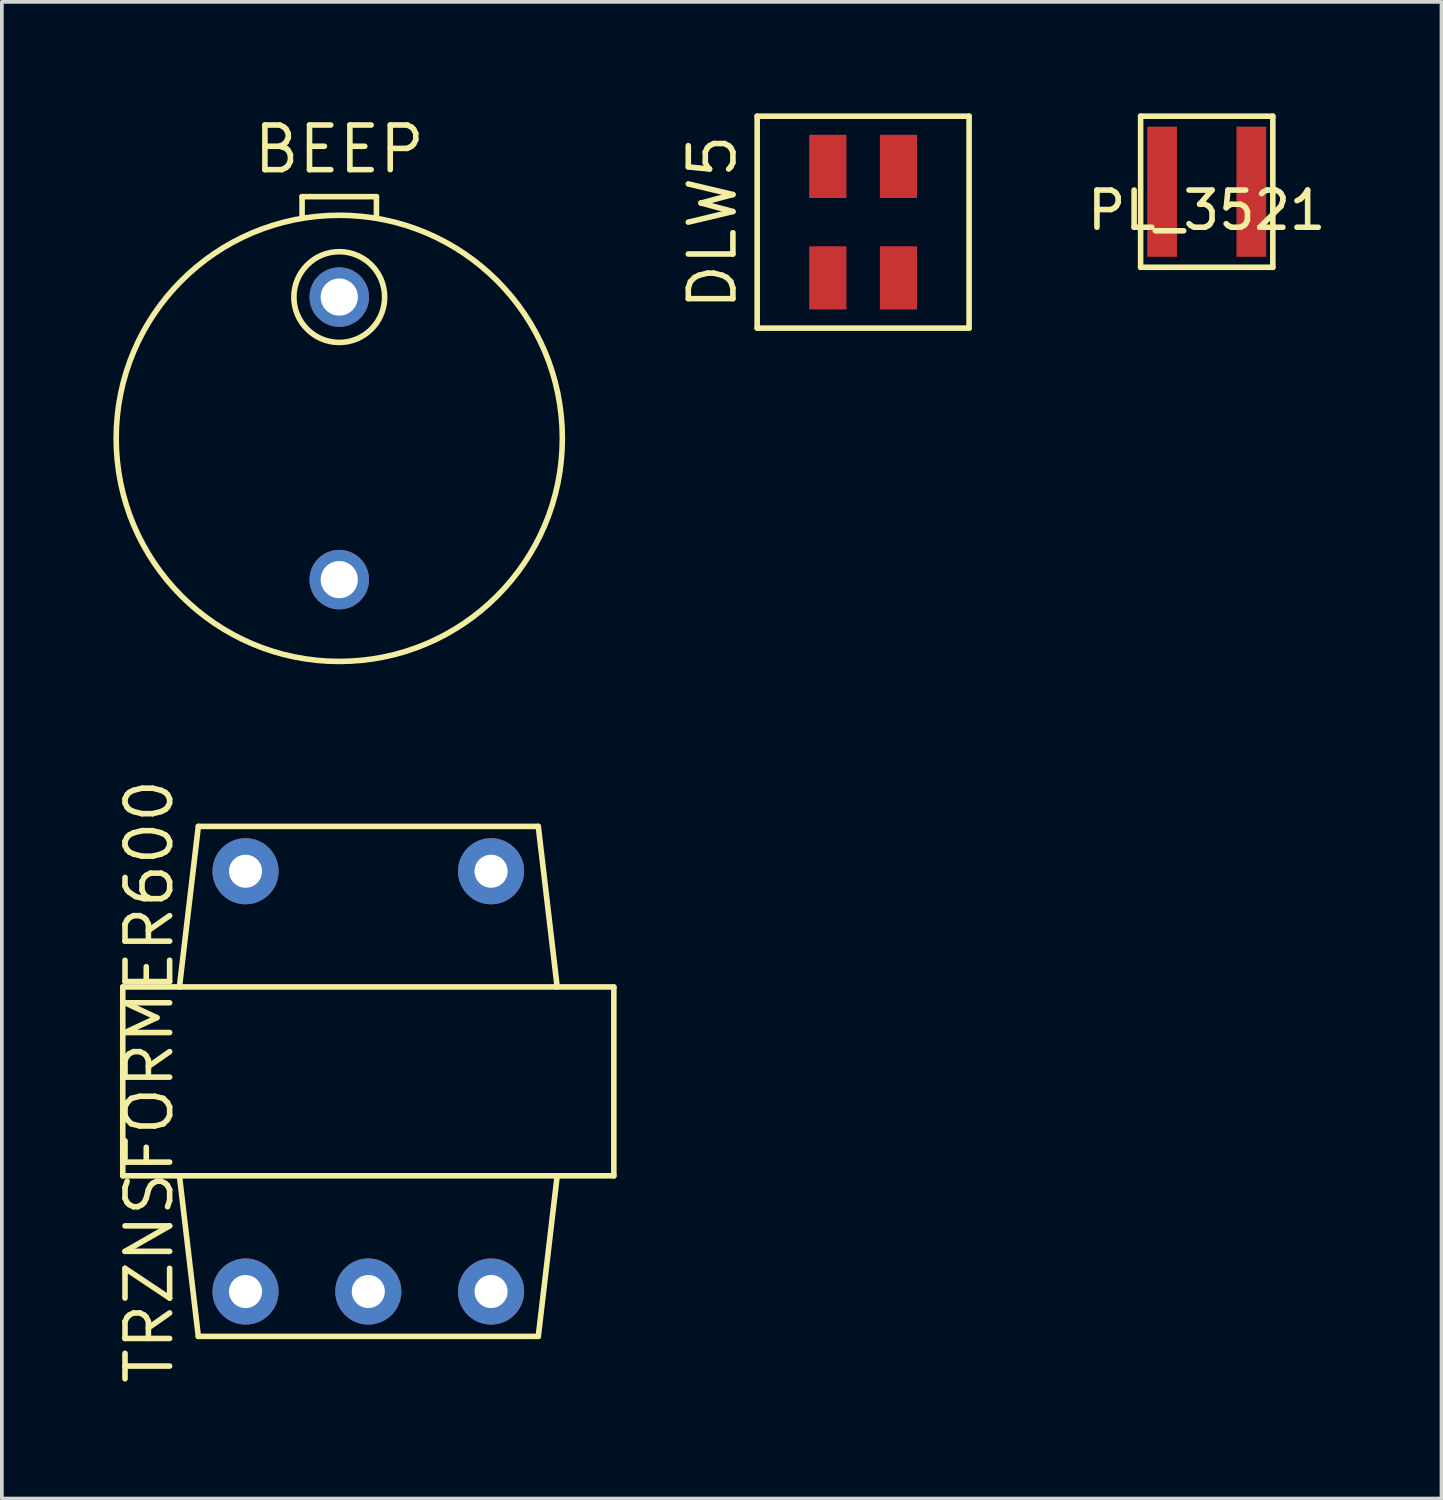
<source format=kicad_pcb>
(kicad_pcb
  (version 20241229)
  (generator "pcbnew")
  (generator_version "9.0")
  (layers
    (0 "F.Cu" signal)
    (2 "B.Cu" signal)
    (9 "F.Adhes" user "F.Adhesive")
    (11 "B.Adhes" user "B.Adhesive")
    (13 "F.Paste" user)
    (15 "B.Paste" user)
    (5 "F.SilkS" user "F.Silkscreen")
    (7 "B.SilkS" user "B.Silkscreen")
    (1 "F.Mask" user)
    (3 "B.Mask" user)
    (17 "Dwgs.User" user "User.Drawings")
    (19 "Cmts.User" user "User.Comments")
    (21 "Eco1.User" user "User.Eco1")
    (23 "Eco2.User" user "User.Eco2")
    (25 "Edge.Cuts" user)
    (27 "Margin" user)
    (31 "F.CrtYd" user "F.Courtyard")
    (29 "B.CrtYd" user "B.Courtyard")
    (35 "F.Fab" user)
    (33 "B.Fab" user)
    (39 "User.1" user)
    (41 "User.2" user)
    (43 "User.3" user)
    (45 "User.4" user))
  (footprint "PL_3521"
    (layer "F.Cu")
    (at 29.406 2.107)
    (property "Reference" "PL_3521" (at 0 0.5 0) (layer "F.SilkS") (effects (font (size 1 1) (thickness 0.15))))
    (attr through_hole)
    (fp_line (start -1.778 -2.032) (end 1.778 -2.032) (stroke (width 0.15) (type solid)) (layer "F.SilkS"))
    (fp_line (start -1.778 2.032) (end -1.778 -2.032) (stroke (width 0.15) (type solid)) (layer "F.SilkS"))
    (fp_line (start 1.778 -2.032) (end 1.778 2.032) (stroke (width 0.15) (type solid)) (layer "F.SilkS"))
    (fp_line (start 1.778 2.032) (end -1.778 2.032) (stroke (width 0.15) (type solid)) (layer "F.SilkS"))
    (pad "1" smd rect (at -1.2 0) (size 0.8 3.5) (layers "F.Cu" "F.Mask" "F.Paste"))
    (pad "2" smd rect (at 1.2 0) (size 0.8 3.5) (layers "F.Cu" "F.Mask" "F.Paste")))
  (footprint "BEEP"
    (layer "F.Cu")
    (at 6.075 8.74)
    (property "Reference" "BEEP" (at 0 -7.775 0) (layer "F.SilkS") (effects (font (size 1.2 1.2) (thickness 0.15))))
    (attr through_hole)
    (fp_line (start -1 -6.5) (end 1 -6.5) (stroke (width 0.15) (type solid)) (layer "F.SilkS"))
    (fp_line (start -1 -6) (end -1 -6.5) (stroke (width 0.15) (type solid)) (layer "F.SilkS"))
    (fp_line (start 1 -6.5) (end 1 -6) (stroke (width 0.15) (type solid)) (layer "F.SilkS"))
    (fp_circle (center 0 -3.8) (end 1 -3.1) (stroke (width 0.15) (type solid)) (fill no) (layer "F.SilkS"))
    (fp_circle (center 0 0) (end 0 6) (stroke (width 0.15) (type solid)) (fill no) (layer "F.SilkS"))
    (pad "1" thru_hole oval (at 0 -3.8) (size 1.6 1.6) (drill 1) (layers "*.Cu" "*.Mask"))
    (pad "2" thru_hole oval (at 0 3.8) (size 1.6 1.6) (drill 1) (layers "*.Cu" "*.Mask")))
  (footprint "DLW5"
    (layer "F.Cu")
    (at 20.165 2.925)
    (property "Reference" "DLW5" (at -4.05 0 90) (layer "F.SilkS") (effects (font (size 1.2 1.2) (thickness 0.15))))
    (attr through_hole)
    (fp_line (start -2.85 -2.85) (end -2.85 2.85) (stroke (width 0.15) (type solid)) (layer "F.SilkS"))
    (fp_line (start -2.85 2.85) (end 2.85 2.85) (stroke (width 0.15) (type solid)) (layer "F.SilkS"))
    (fp_line (start 2.85 -2.85) (end -2.85 -2.85) (stroke (width 0.15) (type solid)) (layer "F.SilkS"))
    (fp_line (start 2.85 2.85) (end 2.85 -2.85) (stroke (width 0.15) (type solid)) (layer "F.SilkS"))
    (pad "1" smd rect (at -0.95 1.5) (size 1 1.7) (layers "F.Cu" "F.Mask" "F.Paste"))
    (pad "2" smd rect (at 0.95 1.5) (size 1 1.7) (layers "F.Cu" "F.Mask" "F.Paste"))
    (pad "3" smd rect (at 0.95 -1.5) (size 1 1.7) (layers "F.Cu" "F.Mask" "F.Paste"))
    (pad "4" smd rect (at -0.95 -1.5) (size 1 1.7) (layers "F.Cu" "F.Mask" "F.Paste")))
  (footprint "TRZNSFORMER600"
    (layer "F.Cu")
    (at 6.856 26.035)
    (property "Reference" "TRZNSFORMER600" (at -5.891 0 90) (layer "F.SilkS") (effects (font (size 1.2 1.2) (thickness 0.15))))
    (attr through_hole)
    (fp_line (start -6.604 -2.54) (end -6.604 2.54) (stroke (width 0.15) (type solid)) (layer "F.SilkS"))
    (fp_line (start -6.604 2.54) (end 6.604 2.54) (stroke (width 0.15) (type solid)) (layer "F.SilkS"))
    (fp_line (start -5.08 2.54) (end -4.572 6.858) (stroke (width 0.15) (type solid)) (layer "F.SilkS"))
    (fp_line (start -4.572 -6.858) (end -5.08 -2.54) (stroke (width 0.15) (type solid)) (layer "F.SilkS"))
    (fp_line (start -4.572 -6.858) (end 4.572 -6.858) (stroke (width 0.15) (type solid)) (layer "F.SilkS"))
    (fp_line (start -4.572 6.858) (end 4.572 6.858) (stroke (width 0.15) (type solid)) (layer "F.SilkS"))
    (fp_line (start 4.572 -6.858) (end 5.08 -2.54) (stroke (width 0.15) (type solid)) (layer "F.SilkS"))
    (fp_line (start 4.572 6.858) (end 5.08 2.54) (stroke (width 0.15) (type solid)) (layer "F.SilkS"))
    (fp_line (start 6.604 -2.54) (end -6.604 -2.54) (stroke (width 0.15) (type solid)) (layer "F.SilkS"))
    (fp_line (start 6.604 2.54) (end 6.604 -2.54) (stroke (width 0.15) (type solid)) (layer "F.SilkS"))
    (pad "1" thru_hole circle (at -3.302 5.652) (size 1.778 1.778) (drill 0.889) (layers "*.Cu" "*.Mask"))
    (pad "2" thru_hole circle (at 0 5.652) (size 1.778 1.778) (drill 0.889) (layers "*.Cu" "*.Mask"))
    (pad "3" thru_hole circle (at 3.302 5.652) (size 1.778 1.778) (drill 0.889) (layers "*.Cu" "*.Mask"))
    (pad "4" thru_hole circle (at 3.302 -5.652) (size 1.778 1.778) (drill 0.889) (layers "*.Cu" "*.Mask"))
    (pad "6" thru_hole circle (at -3.302 -5.652) (size 1.778 1.778) (drill 0.889) (layers "*.Cu" "*.Mask")))
  (gr_rect
    (start -3 -3)
    (end 35.721 37.254)
    (stroke (width 0.1) (type default))
    (fill no)
    (layer "Edge.Cuts")))
</source>
